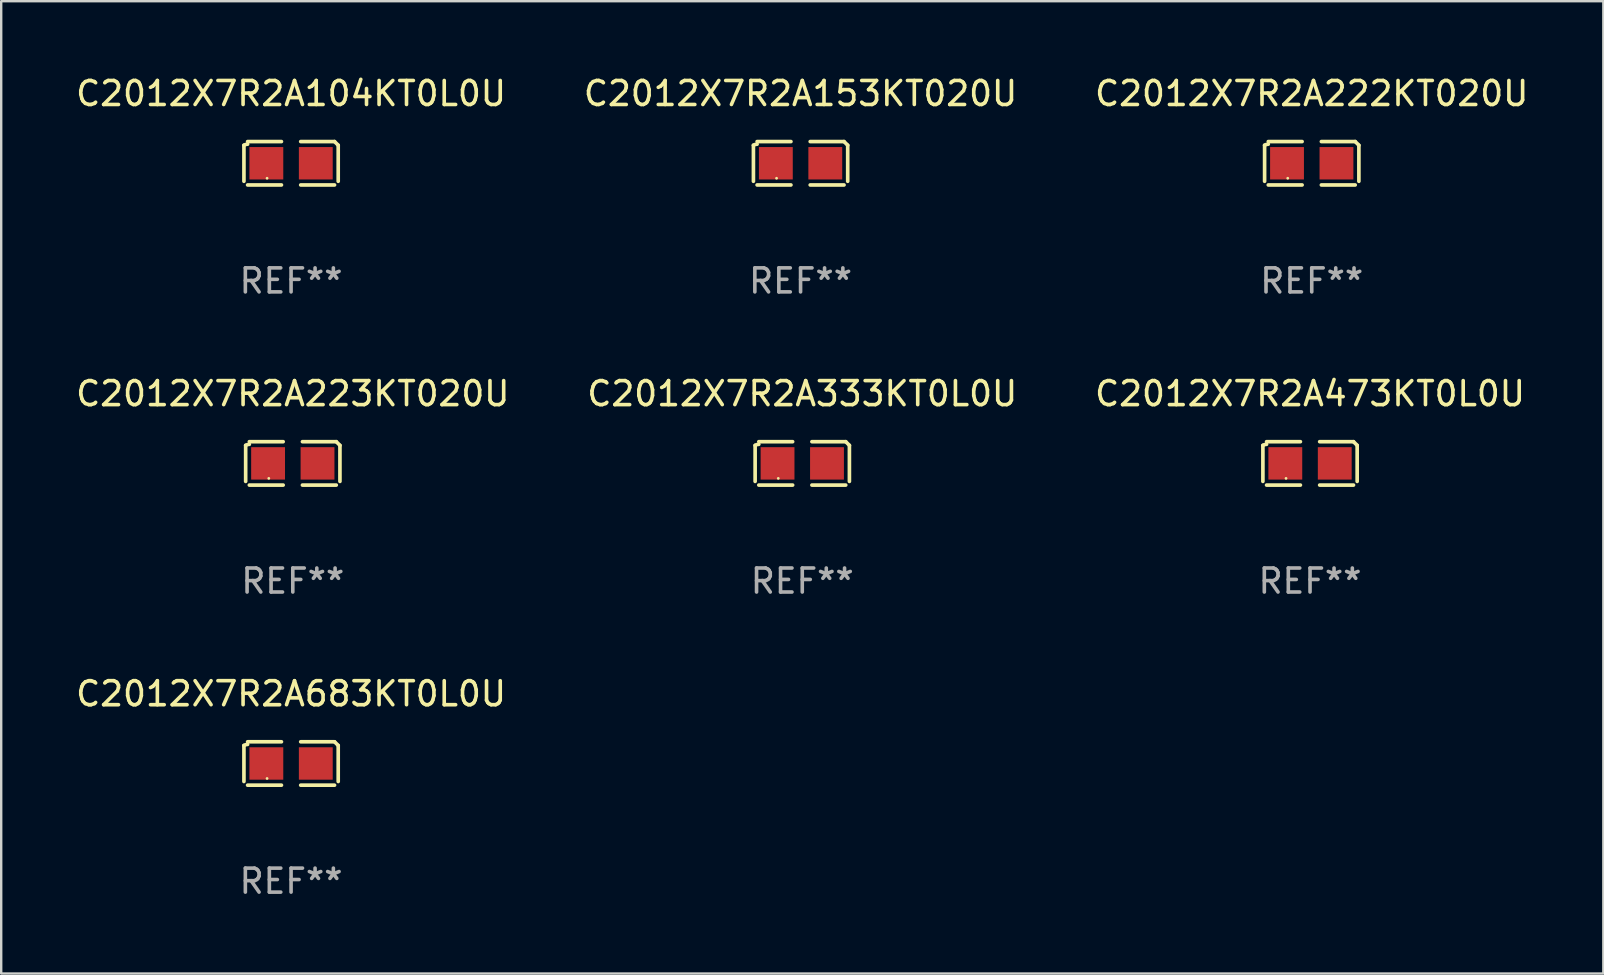
<source format=kicad_pcb>
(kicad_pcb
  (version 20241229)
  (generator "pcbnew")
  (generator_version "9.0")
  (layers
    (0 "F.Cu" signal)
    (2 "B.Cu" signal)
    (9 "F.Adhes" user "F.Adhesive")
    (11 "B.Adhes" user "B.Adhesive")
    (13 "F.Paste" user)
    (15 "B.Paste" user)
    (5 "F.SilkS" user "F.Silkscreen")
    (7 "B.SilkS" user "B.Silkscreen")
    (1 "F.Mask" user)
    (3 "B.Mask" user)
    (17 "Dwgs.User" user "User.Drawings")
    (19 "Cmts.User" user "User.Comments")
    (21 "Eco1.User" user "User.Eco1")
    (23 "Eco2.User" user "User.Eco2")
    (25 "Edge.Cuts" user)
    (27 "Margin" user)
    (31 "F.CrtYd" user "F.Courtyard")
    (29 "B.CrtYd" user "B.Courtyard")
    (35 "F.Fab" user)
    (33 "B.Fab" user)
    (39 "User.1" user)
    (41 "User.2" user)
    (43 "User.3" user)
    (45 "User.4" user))
  (footprint "C2012X7R2A333KT0L0U"
    (layer "F.Cu")
    (at 30.375 16.256)
    (property "Reference" "C2012X7R2A333KT0L0U" (at 0 -2.904 0) (layer "F.SilkS") (effects (font (size 1 1) (thickness 0.15))))
    (attr through_hole)
    (fp_line (start -1.964 0.751) (end -1.964 -0.751) (stroke (width 0.152) (type solid)) (layer "F.SilkS"))
    (fp_line (start -1.811 -0.904) (end -0.401 -0.904) (stroke (width 0.152) (type solid)) (layer "F.SilkS"))
    (fp_line (start -0.401 0.904) (end -1.811 0.904) (stroke (width 0.152) (type solid)) (layer "F.SilkS"))
    (fp_line (start 0.401 0.904) (end 1.811 0.904) (stroke (width 0.152) (type solid)) (layer "F.SilkS"))
    (fp_line (start 1.811 -0.904) (end 0.401 -0.904) (stroke (width 0.152) (type solid)) (layer "F.SilkS"))
    (fp_line (start 1.964 0.751) (end 1.964 -0.751) (stroke (width 0.152) (type solid)) (layer "F.SilkS"))
    (fp_arc (start -1.963602 -0.751207) (mid -1.890354 -0.783131) (end -1.811201 -0.794044) (stroke (width 0.1524) (type solid)) (layer "F.SilkS"))
    (fp_arc (start 1.811202 -0.903607) (mid 1.887413 -0.827418) (end 1.963602 -0.751207) (stroke (width 0.1524) (type solid)) (layer "F.SilkS"))
    (fp_circle (center -1 0.625) (end -0.97 0.625) (stroke (width 0.06) (type solid)) (fill no) (layer "F.SilkS"))
    (fp_text user "REF**" (at 0 4.904 0) (layer "F.Fab") (effects (font (size 1 1) (thickness 0.15))))
    (pad "1" smd rect (at -1.03 0) (size 1.41 1.35) (layers "F.Cu" "F.Mask" "F.Paste"))
    (pad "2" smd rect (at 1.03 0) (size 1.41 1.35) (layers "F.Cu" "F.Mask" "F.Paste")))
  (footprint "C2012X7R2A683KT0L0U"
    (layer "F.Cu")
    (at 9.077 28.759)
    (property "Reference" "C2012X7R2A683KT0L0U" (at 0 -2.904 0) (layer "F.SilkS") (effects (font (size 1 1) (thickness 0.15))))
    (attr through_hole)
    (fp_line (start -1.964 0.751) (end -1.964 -0.751) (stroke (width 0.152) (type solid)) (layer "F.SilkS"))
    (fp_line (start -1.811 -0.904) (end -0.401 -0.904) (stroke (width 0.152) (type solid)) (layer "F.SilkS"))
    (fp_line (start -0.401 0.904) (end -1.811 0.904) (stroke (width 0.152) (type solid)) (layer "F.SilkS"))
    (fp_line (start 0.401 0.904) (end 1.811 0.904) (stroke (width 0.152) (type solid)) (layer "F.SilkS"))
    (fp_line (start 1.811 -0.904) (end 0.401 -0.904) (stroke (width 0.152) (type solid)) (layer "F.SilkS"))
    (fp_line (start 1.964 0.751) (end 1.964 -0.751) (stroke (width 0.152) (type solid)) (layer "F.SilkS"))
    (fp_arc (start -1.963602 -0.751207) (mid -1.890354 -0.783131) (end -1.811201 -0.794044) (stroke (width 0.1524) (type solid)) (layer "F.SilkS"))
    (fp_arc (start 1.811202 -0.903607) (mid 1.887413 -0.827418) (end 1.963602 -0.751207) (stroke (width 0.1524) (type solid)) (layer "F.SilkS"))
    (fp_circle (center -1 0.625) (end -0.97 0.625) (stroke (width 0.06) (type solid)) (fill no) (layer "F.SilkS"))
    (fp_text user "REF**" (at 0 4.904 0) (layer "F.Fab") (effects (font (size 1 1) (thickness 0.15))))
    (pad "1" smd rect (at -1.03 0) (size 1.41 1.35) (layers "F.Cu" "F.Mask" "F.Paste"))
    (pad "2" smd rect (at 1.03 0) (size 1.41 1.35) (layers "F.Cu" "F.Mask" "F.Paste")))
  (footprint "C2012X7R2A222KT020U"
    (layer "F.Cu")
    (at 51.601 3.752)
    (property "Reference" "C2012X7R2A222KT020U" (at 0 -2.904 0) (layer "F.SilkS") (effects (font (size 1 1) (thickness 0.15))))
    (attr through_hole)
    (fp_line (start -1.964 0.751) (end -1.964 -0.751) (stroke (width 0.152) (type solid)) (layer "F.SilkS"))
    (fp_line (start -1.811 -0.904) (end -0.401 -0.904) (stroke (width 0.152) (type solid)) (layer "F.SilkS"))
    (fp_line (start -0.401 0.904) (end -1.811 0.904) (stroke (width 0.152) (type solid)) (layer "F.SilkS"))
    (fp_line (start 0.401 0.904) (end 1.811 0.904) (stroke (width 0.152) (type solid)) (layer "F.SilkS"))
    (fp_line (start 1.811 -0.904) (end 0.401 -0.904) (stroke (width 0.152) (type solid)) (layer "F.SilkS"))
    (fp_line (start 1.964 0.751) (end 1.964 -0.751) (stroke (width 0.152) (type solid)) (layer "F.SilkS"))
    (fp_arc (start -1.963602 -0.751207) (mid -1.890354 -0.783131) (end -1.811201 -0.794044) (stroke (width 0.1524) (type solid)) (layer "F.SilkS"))
    (fp_arc (start 1.811202 -0.903607) (mid 1.887413 -0.827418) (end 1.963602 -0.751207) (stroke (width 0.1524) (type solid)) (layer "F.SilkS"))
    (fp_circle (center -1 0.625) (end -0.97 0.625) (stroke (width 0.06) (type solid)) (fill no) (layer "F.SilkS"))
    (fp_text user "REF**" (at 0 4.904 0) (layer "F.Fab") (effects (font (size 1 1) (thickness 0.15))))
    (pad "1" smd rect (at -1.03 0) (size 1.41 1.35) (layers "F.Cu" "F.Mask" "F.Paste"))
    (pad "2" smd rect (at 1.03 0) (size 1.41 1.35) (layers "F.Cu" "F.Mask" "F.Paste")))
  (footprint "C2012X7R2A473KT0L0U"
    (layer "F.Cu")
    (at 51.53 16.256)
    (property "Reference" "C2012X7R2A473KT0L0U" (at 0 -2.904 0) (layer "F.SilkS") (effects (font (size 1 1) (thickness 0.15))))
    (attr through_hole)
    (fp_line (start -1.964 0.751) (end -1.964 -0.751) (stroke (width 0.152) (type solid)) (layer "F.SilkS"))
    (fp_line (start -1.811 -0.904) (end -0.401 -0.904) (stroke (width 0.152) (type solid)) (layer "F.SilkS"))
    (fp_line (start -0.401 0.904) (end -1.811 0.904) (stroke (width 0.152) (type solid)) (layer "F.SilkS"))
    (fp_line (start 0.401 0.904) (end 1.811 0.904) (stroke (width 0.152) (type solid)) (layer "F.SilkS"))
    (fp_line (start 1.811 -0.904) (end 0.401 -0.904) (stroke (width 0.152) (type solid)) (layer "F.SilkS"))
    (fp_line (start 1.964 0.751) (end 1.964 -0.751) (stroke (width 0.152) (type solid)) (layer "F.SilkS"))
    (fp_arc (start -1.963602 -0.751207) (mid -1.890354 -0.783131) (end -1.811201 -0.794044) (stroke (width 0.1524) (type solid)) (layer "F.SilkS"))
    (fp_arc (start 1.811202 -0.903607) (mid 1.887413 -0.827418) (end 1.963602 -0.751207) (stroke (width 0.1524) (type solid)) (layer "F.SilkS"))
    (fp_circle (center -1 0.625) (end -0.97 0.625) (stroke (width 0.06) (type solid)) (fill no) (layer "F.SilkS"))
    (fp_text user "REF**" (at 0 4.904 0) (layer "F.Fab") (effects (font (size 1 1) (thickness 0.15))))
    (pad "1" smd rect (at -1.03 0) (size 1.41 1.35) (layers "F.Cu" "F.Mask" "F.Paste"))
    (pad "2" smd rect (at 1.03 0) (size 1.41 1.35) (layers "F.Cu" "F.Mask" "F.Paste")))
  (footprint "C2012X7R2A104KT0L0U"
    (layer "F.Cu")
    (at 9.077 3.752)
    (property "Reference" "C2012X7R2A104KT0L0U" (at 0 -2.904 0) (layer "F.SilkS") (effects (font (size 1 1) (thickness 0.15))))
    (attr through_hole)
    (fp_line (start -1.964 0.751) (end -1.964 -0.751) (stroke (width 0.152) (type solid)) (layer "F.SilkS"))
    (fp_line (start -1.811 -0.904) (end -0.401 -0.904) (stroke (width 0.152) (type solid)) (layer "F.SilkS"))
    (fp_line (start -0.401 0.904) (end -1.811 0.904) (stroke (width 0.152) (type solid)) (layer "F.SilkS"))
    (fp_line (start 0.401 0.904) (end 1.811 0.904) (stroke (width 0.152) (type solid)) (layer "F.SilkS"))
    (fp_line (start 1.811 -0.904) (end 0.401 -0.904) (stroke (width 0.152) (type solid)) (layer "F.SilkS"))
    (fp_line (start 1.964 0.751) (end 1.964 -0.751) (stroke (width 0.152) (type solid)) (layer "F.SilkS"))
    (fp_arc (start -1.963602 -0.751207) (mid -1.890354 -0.783131) (end -1.811201 -0.794044) (stroke (width 0.1524) (type solid)) (layer "F.SilkS"))
    (fp_arc (start 1.811202 -0.903607) (mid 1.887413 -0.827418) (end 1.963602 -0.751207) (stroke (width 0.1524) (type solid)) (layer "F.SilkS"))
    (fp_circle (center -1 0.625) (end -0.97 0.625) (stroke (width 0.06) (type solid)) (fill no) (layer "F.SilkS"))
    (fp_text user "REF**" (at 0 4.904 0) (layer "F.Fab") (effects (font (size 1 1) (thickness 0.15))))
    (pad "1" smd rect (at -1.03 0) (size 1.41 1.35) (layers "F.Cu" "F.Mask" "F.Paste"))
    (pad "2" smd rect (at 1.03 0) (size 1.41 1.35) (layers "F.Cu" "F.Mask" "F.Paste")))
  (footprint "C2012X7R2A153KT020U"
    (layer "F.Cu")
    (at 30.304 3.752)
    (property "Reference" "C2012X7R2A153KT020U" (at 0 -2.904 0) (layer "F.SilkS") (effects (font (size 1 1) (thickness 0.15))))
    (attr through_hole)
    (fp_line (start -1.964 0.751) (end -1.964 -0.751) (stroke (width 0.152) (type solid)) (layer "F.SilkS"))
    (fp_line (start -1.811 -0.904) (end -0.401 -0.904) (stroke (width 0.152) (type solid)) (layer "F.SilkS"))
    (fp_line (start -0.401 0.904) (end -1.811 0.904) (stroke (width 0.152) (type solid)) (layer "F.SilkS"))
    (fp_line (start 0.401 0.904) (end 1.811 0.904) (stroke (width 0.152) (type solid)) (layer "F.SilkS"))
    (fp_line (start 1.811 -0.904) (end 0.401 -0.904) (stroke (width 0.152) (type solid)) (layer "F.SilkS"))
    (fp_line (start 1.964 0.751) (end 1.964 -0.751) (stroke (width 0.152) (type solid)) (layer "F.SilkS"))
    (fp_arc (start -1.963602 -0.751207) (mid -1.890354 -0.783131) (end -1.811201 -0.794044) (stroke (width 0.1524) (type solid)) (layer "F.SilkS"))
    (fp_arc (start 1.811202 -0.903607) (mid 1.887413 -0.827418) (end 1.963602 -0.751207) (stroke (width 0.1524) (type solid)) (layer "F.SilkS"))
    (fp_circle (center -1 0.625) (end -0.97 0.625) (stroke (width 0.06) (type solid)) (fill no) (layer "F.SilkS"))
    (fp_text user "REF**" (at 0 4.904 0) (layer "F.Fab") (effects (font (size 1 1) (thickness 0.15))))
    (pad "1" smd rect (at -1.03 0) (size 1.41 1.35) (layers "F.Cu" "F.Mask" "F.Paste"))
    (pad "2" smd rect (at 1.03 0) (size 1.41 1.35) (layers "F.Cu" "F.Mask" "F.Paste")))
  (footprint "C2012X7R2A223KT020U"
    (layer "F.Cu")
    (at 9.149 16.256)
    (property "Reference" "C2012X7R2A223KT020U" (at 0 -2.904 0) (layer "F.SilkS") (effects (font (size 1 1) (thickness 0.15))))
    (attr through_hole)
    (fp_line (start -1.964 0.751) (end -1.964 -0.751) (stroke (width 0.152) (type solid)) (layer "F.SilkS"))
    (fp_line (start -1.811 -0.904) (end -0.401 -0.904) (stroke (width 0.152) (type solid)) (layer "F.SilkS"))
    (fp_line (start -0.401 0.904) (end -1.811 0.904) (stroke (width 0.152) (type solid)) (layer "F.SilkS"))
    (fp_line (start 0.401 0.904) (end 1.811 0.904) (stroke (width 0.152) (type solid)) (layer "F.SilkS"))
    (fp_line (start 1.811 -0.904) (end 0.401 -0.904) (stroke (width 0.152) (type solid)) (layer "F.SilkS"))
    (fp_line (start 1.964 0.751) (end 1.964 -0.751) (stroke (width 0.152) (type solid)) (layer "F.SilkS"))
    (fp_arc (start -1.963602 -0.751207) (mid -1.890354 -0.783131) (end -1.811201 -0.794044) (stroke (width 0.1524) (type solid)) (layer "F.SilkS"))
    (fp_arc (start 1.811202 -0.903607) (mid 1.887413 -0.827418) (end 1.963602 -0.751207) (stroke (width 0.1524) (type solid)) (layer "F.SilkS"))
    (fp_circle (center -1 0.625) (end -0.97 0.625) (stroke (width 0.06) (type solid)) (fill no) (layer "F.SilkS"))
    (fp_text user "REF**" (at 0 4.904 0) (layer "F.Fab") (effects (font (size 1 1) (thickness 0.15))))
    (pad "1" smd rect (at -1.03 0) (size 1.41 1.35) (layers "F.Cu" "F.Mask" "F.Paste"))
    (pad "2" smd rect (at 1.03 0) (size 1.41 1.35) (layers "F.Cu" "F.Mask" "F.Paste")))
  (gr_rect
    (start -3 -3)
    (end 63.75 37.511)
    (stroke (width 0.1) (type default))
    (fill no)
    (layer "Edge.Cuts")))
</source>
